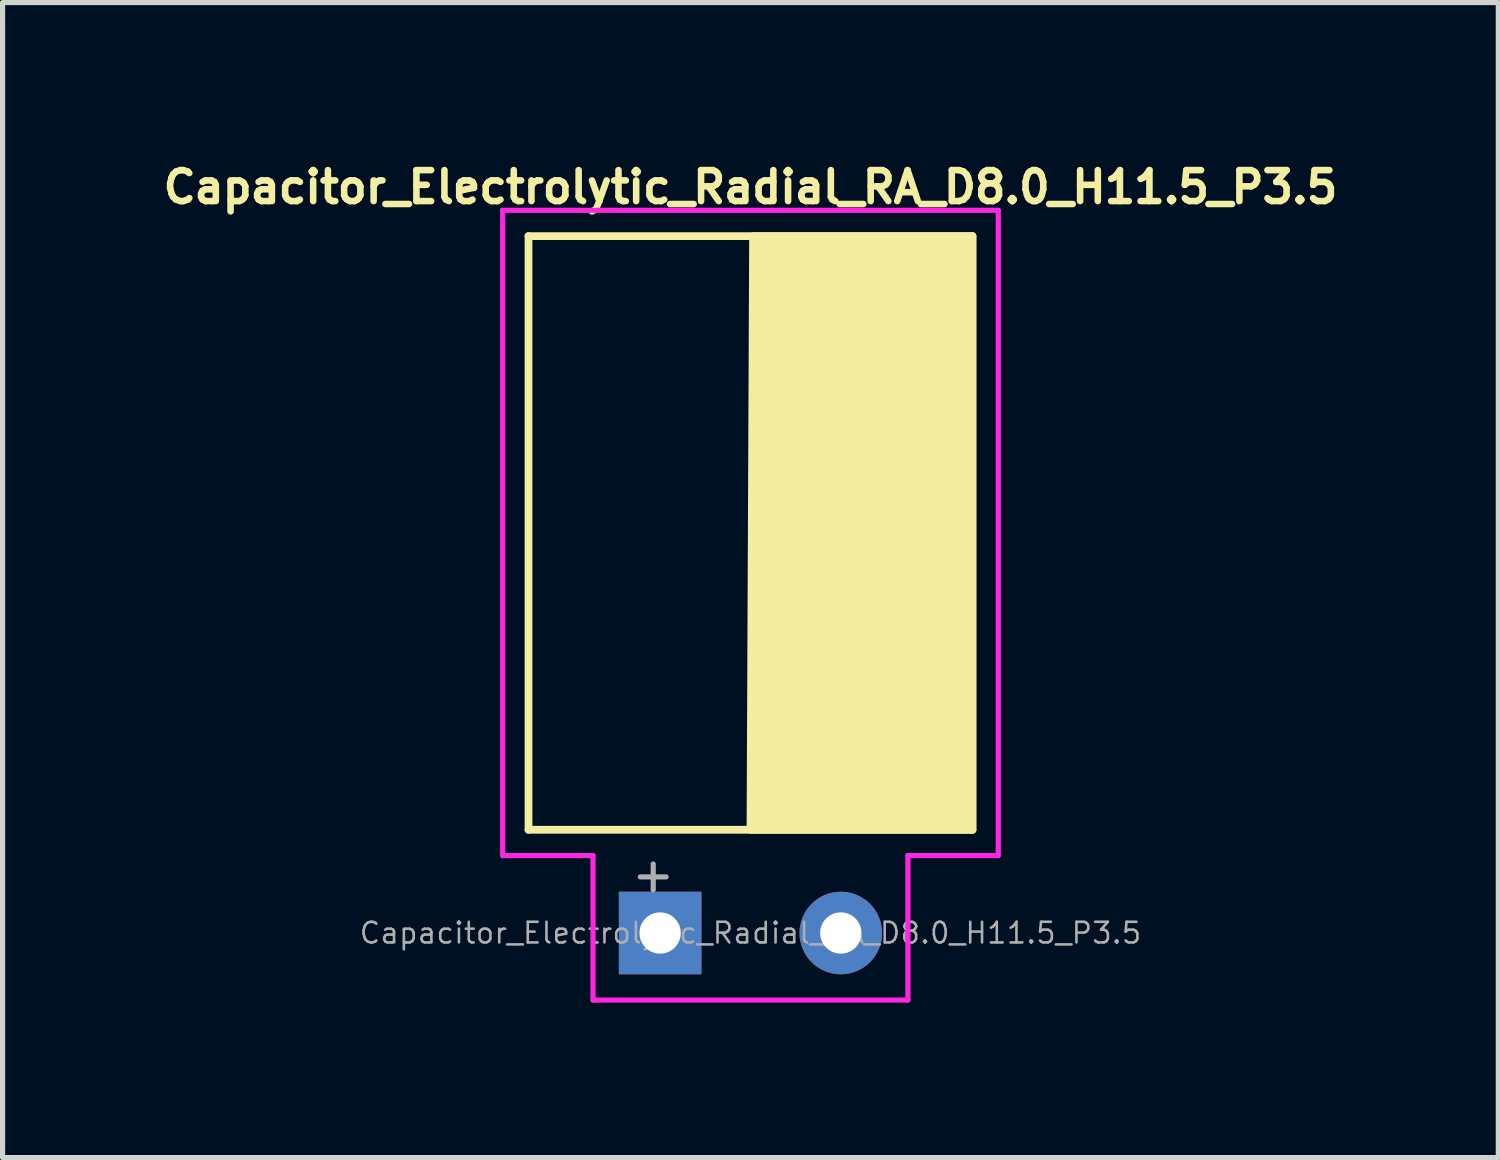
<source format=kicad_pcb>
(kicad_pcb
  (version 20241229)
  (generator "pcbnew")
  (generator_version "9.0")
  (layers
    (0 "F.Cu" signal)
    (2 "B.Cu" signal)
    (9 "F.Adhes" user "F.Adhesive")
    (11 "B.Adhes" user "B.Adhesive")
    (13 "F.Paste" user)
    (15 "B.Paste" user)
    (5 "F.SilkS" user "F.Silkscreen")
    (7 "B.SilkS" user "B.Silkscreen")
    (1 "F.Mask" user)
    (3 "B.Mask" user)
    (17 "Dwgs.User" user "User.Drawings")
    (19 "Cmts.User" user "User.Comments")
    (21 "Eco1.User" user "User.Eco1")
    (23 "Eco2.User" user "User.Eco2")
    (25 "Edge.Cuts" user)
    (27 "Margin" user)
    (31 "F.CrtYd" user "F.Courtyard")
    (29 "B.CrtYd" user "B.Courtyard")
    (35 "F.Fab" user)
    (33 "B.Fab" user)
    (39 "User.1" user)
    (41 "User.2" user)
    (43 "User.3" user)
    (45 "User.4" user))
  (footprint "Capacitor_Electrolytic_Radial_RA_D8.0_H11.5_P3.5"
    (layer "F.Cu")
    (at 11.488 15.024)
    (property "Reference" "Capacitor_Electrolytic_Radial_RA_D8.0_H11.5_P3.5" (at 0 -14.45 0) (layer "F.SilkS") (effects (font (size 0.6 0.6) (thickness 0.127))))
    (attr through_hole)
    (fp_line (start -4.3 -13.5) (end 4.3 -13.5) (stroke (width 0.15) (type solid)) (layer "F.SilkS"))
    (fp_line (start -4.3 -2) (end -4.3 -13.5) (stroke (width 0.15) (type solid)) (layer "F.SilkS"))
    (fp_line (start 4.3 -2) (end -4.3 -2) (stroke (width 0.15) (type solid)) (layer "F.SilkS"))
    (fp_line (start 4.3 -2) (end 4.3 -13.5) (stroke (width 0.15) (type solid)) (layer "F.SilkS"))
    (fp_poly (pts (xy 0.05 -13.5) (xy 0 -2) (xy 4.3 -2) (xy 4.3 -13.5)) (stroke (width 0.15) (type solid)) (fill yes) (layer "F.SilkS"))
    (fp_line (start -4.8 -14) (end -4.8 -1.5) (stroke (width 0.1) (type solid)) (layer "F.CrtYd"))
    (fp_line (start -3.05 -1.5) (end -4.8 -1.5) (stroke (width 0.1) (type solid)) (layer "F.CrtYd"))
    (fp_line (start -3.05 1.3) (end -3.05 -1.5) (stroke (width 0.1) (type solid)) (layer "F.CrtYd"))
    (fp_line (start -3.05 1.3) (end 3.05 1.3) (stroke (width 0.1) (type solid)) (layer "F.CrtYd"))
    (fp_line (start 3.05 -1.5) (end 4.8 -1.5) (stroke (width 0.1) (type solid)) (layer "F.CrtYd"))
    (fp_line (start 3.05 1.3) (end 3.05 -1.5) (stroke (width 0.1) (type solid)) (layer "F.CrtYd"))
    (fp_line (start 4.8 -14) (end -4.8 -14) (stroke (width 0.1) (type solid)) (layer "F.CrtYd"))
    (fp_line (start 4.8 -1.5) (end 4.8 -14) (stroke (width 0.1) (type solid)) (layer "F.CrtYd"))
    (fp_line (start -2.134 -1.087) (end -1.634 -1.087) (stroke (width 0.1) (type solid)) (layer "F.Fab"))
    (fp_line (start -1.884 -1.337) (end -1.884 -0.838) (stroke (width 0.1) (type solid)) (layer "F.Fab"))
    (fp_text user "${REFERENCE}" (at 0 0 0) (layer "F.Fab") (effects (font (size 0.4 0.4) (thickness 0.05))))
    (pad "1" thru_hole rect (at -1.75 0) (size 1.6 1.6) (drill 0.8) (layers "*.Cu" "*.Mask"))
    (pad "2" thru_hole circle (at 1.75 0) (size 1.6 1.6) (drill 0.8) (layers "*.Cu" "*.Mask")))
  (gr_rect
    (start -3 -3)
    (end 25.975 19.374)
    (stroke (width 0.1) (type default))
    (fill no)
    (layer "Edge.Cuts")))
</source>
